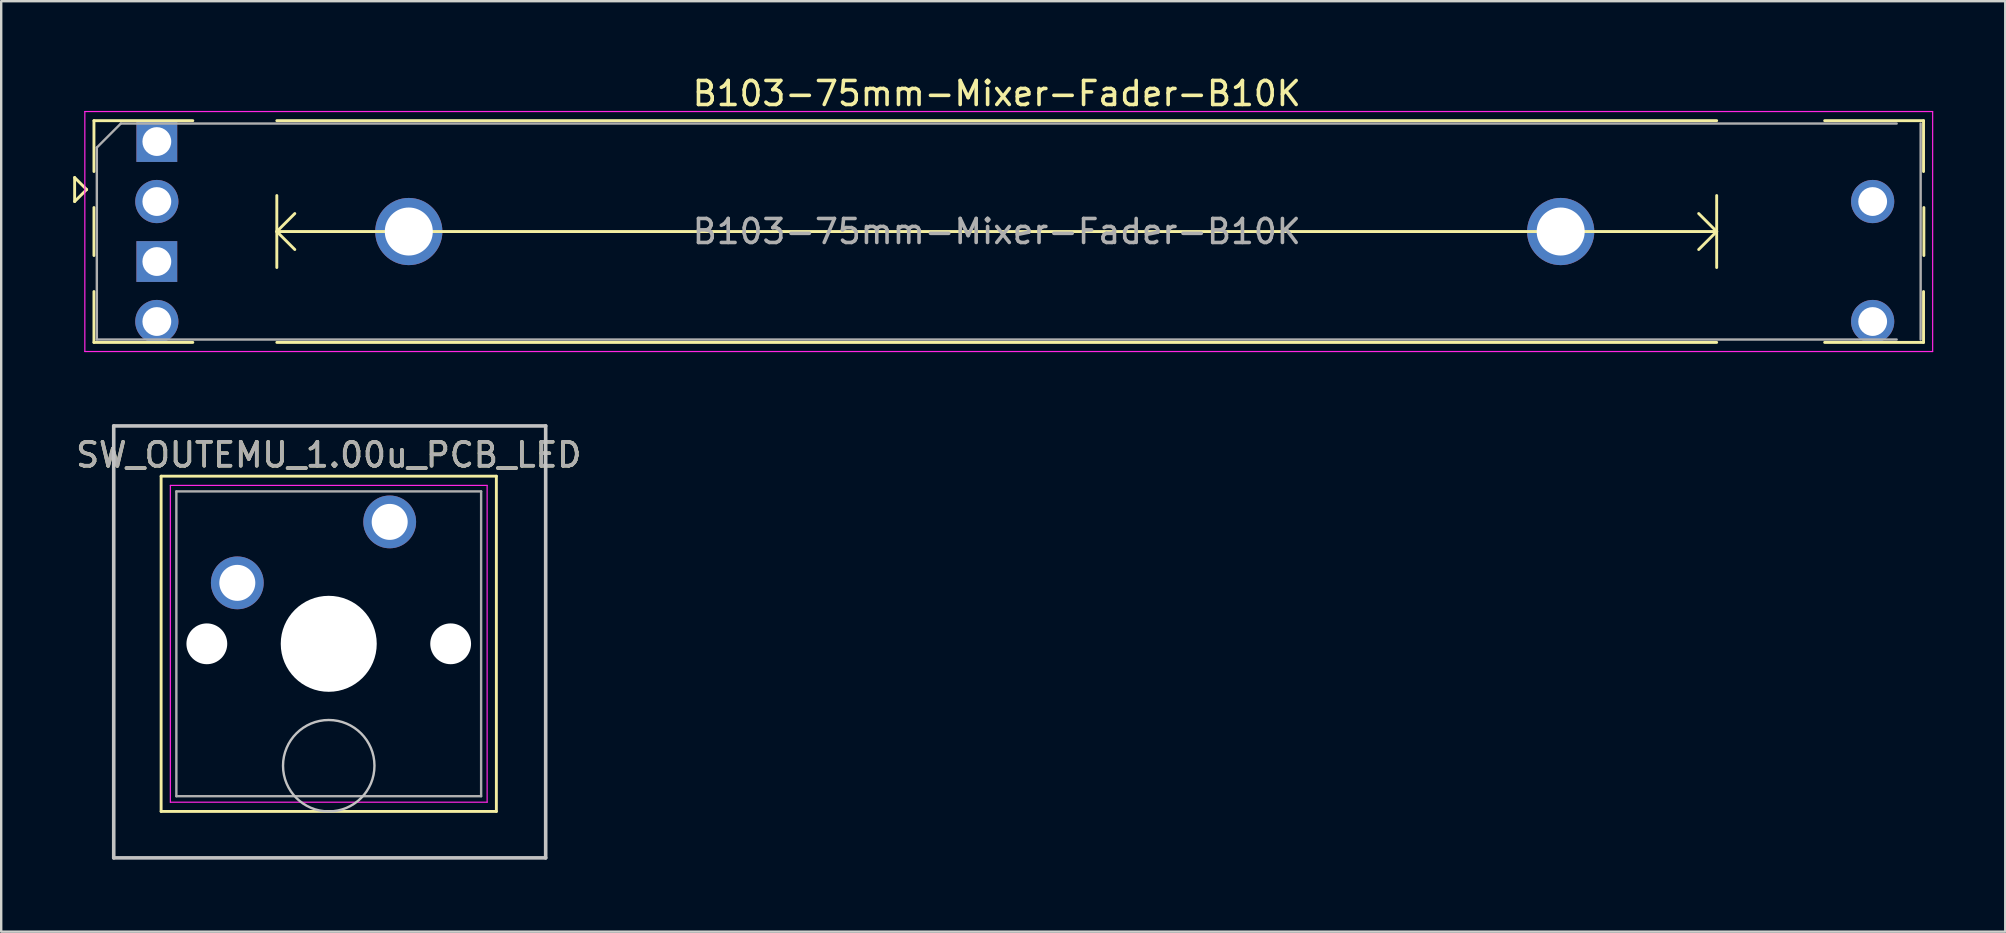
<source format=kicad_pcb>
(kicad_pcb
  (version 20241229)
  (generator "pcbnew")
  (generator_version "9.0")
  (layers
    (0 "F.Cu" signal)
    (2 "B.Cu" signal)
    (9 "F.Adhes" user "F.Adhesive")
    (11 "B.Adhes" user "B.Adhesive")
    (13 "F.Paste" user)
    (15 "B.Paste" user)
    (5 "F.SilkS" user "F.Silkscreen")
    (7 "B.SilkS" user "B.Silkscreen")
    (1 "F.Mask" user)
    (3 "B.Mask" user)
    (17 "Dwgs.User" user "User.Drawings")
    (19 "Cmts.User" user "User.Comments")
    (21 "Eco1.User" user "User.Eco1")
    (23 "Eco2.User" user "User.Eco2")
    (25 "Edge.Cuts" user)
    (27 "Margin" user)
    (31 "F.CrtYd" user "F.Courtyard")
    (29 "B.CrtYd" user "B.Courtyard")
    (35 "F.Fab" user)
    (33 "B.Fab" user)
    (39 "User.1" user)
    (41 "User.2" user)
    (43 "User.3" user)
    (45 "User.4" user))
  (footprint "B103-75mm-Mixer-Fader-B10K"
    (layer "F.Cu")
    (at 38.485 6.598)
    (property "Reference" "B103-75mm-Mixer-Fader-B10K" (at 0 -5.75 0) (layer "F.SilkS") (effects (font (size 1 1) (thickness 0.15))))
    (attr through_hole)
    (fp_line (start -38.425 -2.25) (end -38.425 -1.25) (stroke (width 0.12) (type solid)) (layer "F.SilkS"))
    (fp_line (start -38.425 -1.25) (end -37.925 -1.75) (stroke (width 0.12) (type solid)) (layer "F.SilkS"))
    (fp_line (start -37.925 -1.75) (end -38.425 -2.25) (stroke (width 0.12) (type solid)) (layer "F.SilkS"))
    (fp_line (start -37.62 -4.62) (end -37.62 -2.5) (stroke (width 0.12) (type solid)) (layer "F.SilkS"))
    (fp_line (start -37.62 -4.62) (end -33.5 -4.62) (stroke (width 0.12) (type solid)) (layer "F.SilkS"))
    (fp_line (start -37.62 -1) (end -37.62 1) (stroke (width 0.12) (type solid)) (layer "F.SilkS"))
    (fp_line (start -37.62 2.5) (end -37.62 4.62) (stroke (width 0.12) (type solid)) (layer "F.SilkS"))
    (fp_line (start -37.62 4.62) (end -33.5 4.62) (stroke (width 0.12) (type solid)) (layer "F.SilkS"))
    (fp_line (start -30 -4.62) (end 30 -4.62) (stroke (width 0.12) (type solid)) (layer "F.SilkS"))
    (fp_line (start -30 -1.5) (end -30 1.5) (stroke (width 0.12) (type solid)) (layer "F.SilkS"))
    (fp_line (start -30 0) (end -29.25 0.75) (stroke (width 0.12) (type solid)) (layer "F.SilkS"))
    (fp_line (start -30 0) (end 30 0) (stroke (width 0.12) (type solid)) (layer "F.SilkS"))
    (fp_line (start -30 4.62) (end 30 4.62) (stroke (width 0.12) (type solid)) (layer "F.SilkS"))
    (fp_line (start -29.25 -0.75) (end -30 0) (stroke (width 0.12) (type solid)) (layer "F.SilkS"))
    (fp_line (start 29.25 -0.75) (end 30 0) (stroke (width 0.12) (type solid)) (layer "F.SilkS"))
    (fp_line (start 30 -1.5) (end 30 1.5) (stroke (width 0.12) (type solid)) (layer "F.SilkS"))
    (fp_line (start 30 0) (end 29.25 0.75) (stroke (width 0.12) (type solid)) (layer "F.SilkS"))
    (fp_line (start 34.5 -4.62) (end 38.62 -4.62) (stroke (width 0.12) (type solid)) (layer "F.SilkS"))
    (fp_line (start 34.5 4.62) (end 38.62 4.62) (stroke (width 0.12) (type solid)) (layer "F.SilkS"))
    (fp_line (start 38.62 -4.62) (end 38.62 -2.5) (stroke (width 0.12) (type solid)) (layer "F.SilkS"))
    (fp_line (start 38.62 2.5) (end 38.62 4.62) (stroke (width 0.12) (type solid)) (layer "F.SilkS"))
    (fp_line (start 38.634 -1) (end 38.634 1) (stroke (width 0.12) (type solid)) (layer "F.SilkS"))
    (fp_line (start -38 -5) (end -38 5) (stroke (width 0.05) (type solid)) (layer "F.CrtYd"))
    (fp_line (start -38 5) (end 39 5) (stroke (width 0.05) (type solid)) (layer "F.CrtYd"))
    (fp_line (start 39 -5) (end -38 -5) (stroke (width 0.05) (type solid)) (layer "F.CrtYd"))
    (fp_line (start 39 5) (end 39 -5) (stroke (width 0.05) (type solid)) (layer "F.CrtYd"))
    (fp_line (start -37.5 -3.5) (end -36.5 -4.5) (stroke (width 0.1) (type solid)) (layer "F.Fab"))
    (fp_line (start -37.5 4.5) (end -37.5 -3.5) (stroke (width 0.1) (type solid)) (layer "F.Fab"))
    (fp_line (start -36.5 -4.5) (end 37.5 -4.5) (stroke (width 0.1) (type solid)) (layer "F.Fab"))
    (fp_line (start 37.5 4.5) (end -37.5 4.5) (stroke (width 0.1) (type solid)) (layer "F.Fab"))
    (fp_line (start 38.5 -4.5) (end 38.5 4.5) (stroke (width 0.1) (type solid)) (layer "F.Fab"))
    (fp_circle (center -35.5 0) (end -34.5 0) (stroke (width 0.1) (type solid)) (fill no) (layer "User.1"))
    (fp_circle (center 36.5 0) (end 37.5 0) (stroke (width 0.1) (type solid)) (fill no) (layer "User.1"))
    (fp_text user "${REFERENCE}" (at 0 0 0) (layer "F.Fab") (effects (font (size 1 1) (thickness 0.15))))
    (pad "1" thru_hole circle (at -35 -1.25) (size 1.8 1.8) (drill 1.2) (layers "*.Cu" "*.Mask"))
    (pad "2" thru_hole rect (at -35 -3.75) (size 1.7 1.7) (drill 1.2) (layers "*.Cu" "*.Mask"))
    (pad "3" thru_hole circle (at 36.5 -1.25) (size 1.8 1.8) (drill 1.2) (layers "*.Cu" "*.Mask"))
    (pad "4" thru_hole circle (at -35 3.75) (size 1.8 1.8) (drill 1.2) (layers "*.Cu" "*.Mask"))
    (pad "5" thru_hole rect (at -35 1.25) (size 1.7 1.7) (drill 1.2) (layers "*.Cu" "*.Mask"))
    (pad "6" thru_hole circle (at 36.5 3.75) (size 1.8 1.8) (drill 1.2) (layers "*.Cu" "*.Mask"))
    (pad "MP" thru_hole circle (at -24.5 0) (size 2.8 2.8) (drill 2) (layers "*.Cu" "*.Mask"))
    (pad "MP" thru_hole circle (at 23.5 0) (size 2.8 2.8) (drill 2) (layers "*.Cu" "*.Mask")))
  (footprint "SW_OUTEMU_1.00u_PCB_LED"
    (layer "F.Cu")
    (at 10.649 28.858)
    (property "Reference" "SW_OUTEMU_1.00u_PCB_LED" (at 0 -12.954 0) (layer "F.SilkS") (effects (font (size 1 1) (thickness 0.15))))
    (attr through_hole)
    (fp_line (start -6.985 -12.065) (end 6.985 -12.065) (stroke (width 0.12) (type solid)) (layer "F.SilkS"))
    (fp_line (start -6.985 1.905) (end -6.985 -12.065) (stroke (width 0.12) (type solid)) (layer "F.SilkS"))
    (fp_line (start 6.985 -12.065) (end 6.985 1.905) (stroke (width 0.12) (type solid)) (layer "F.SilkS"))
    (fp_line (start 6.985 1.905) (end -6.985 1.905) (stroke (width 0.12) (type solid)) (layer "F.SilkS"))
    (fp_line (start -8.96 -14.16) (end 9.04 -14.16) (stroke (width 0.15) (type solid)) (layer "Dwgs.User"))
    (fp_line (start -8.96 3.84) (end -8.96 -14.16) (stroke (width 0.15) (type solid)) (layer "Dwgs.User"))
    (fp_line (start 9.04 -14.16) (end 9.04 3.84) (stroke (width 0.15) (type solid)) (layer "Dwgs.User"))
    (fp_line (start 9.04 3.84) (end -8.96 3.84) (stroke (width 0.15) (type solid)) (layer "Dwgs.User"))
    (fp_circle (center 0 0) (end 1.905 0) (stroke (width 0.1) (type default)) (fill no) (layer "Dwgs.User"))
    (fp_line (start -6.6 -11.68) (end 6.6 -11.68) (stroke (width 0.05) (type solid)) (layer "F.CrtYd"))
    (fp_line (start -6.6 1.52) (end -6.6 -11.68) (stroke (width 0.05) (type solid)) (layer "F.CrtYd"))
    (fp_line (start 6.6 -11.68) (end 6.6 1.52) (stroke (width 0.05) (type solid)) (layer "F.CrtYd"))
    (fp_line (start 6.6 1.52) (end -6.6 1.52) (stroke (width 0.05) (type solid)) (layer "F.CrtYd"))
    (fp_line (start -6.35 -11.43) (end 6.35 -11.43) (stroke (width 0.1) (type solid)) (layer "F.Fab"))
    (fp_line (start -6.35 1.27) (end -6.35 -11.43) (stroke (width 0.1) (type solid)) (layer "F.Fab"))
    (fp_line (start 6.35 -11.43) (end 6.35 1.27) (stroke (width 0.1) (type solid)) (layer "F.Fab"))
    (fp_line (start 6.35 1.27) (end -6.35 1.27) (stroke (width 0.1) (type solid)) (layer "F.Fab"))
    (fp_text user "${REFERENCE}" (at 0 -12.954 0) (layer "F.Fab") (effects (font (size 1 1) (thickness 0.15))))
    (pad "" np_thru_hole circle (at -5.08 -5.08) (size 1.7 1.7) (drill 1.7) (layers "*.Cu" "*.Mask"))
    (pad "" np_thru_hole circle (at 0 -5.08) (size 4 4) (drill 4) (layers "*.Cu" "*.Mask"))
    (pad "" np_thru_hole circle (at 5.08 -5.08) (size 1.7 1.7) (drill 1.7) (layers "*.Cu" "*.Mask"))
    (pad "1" thru_hole circle (at 2.54 -10.16) (size 2.2 2.2) (drill 1.5) (layers "*.Cu" "*.Mask"))
    (pad "2" thru_hole circle (at -3.81 -7.62) (size 2.2 2.2) (drill 1.5) (layers "*.Cu" "*.Mask")))
  (gr_rect
    (start -3 -3)
    (end 80.51 35.773)
    (stroke (width 0.1) (type default))
    (fill no)
    (layer "Edge.Cuts")))
</source>
